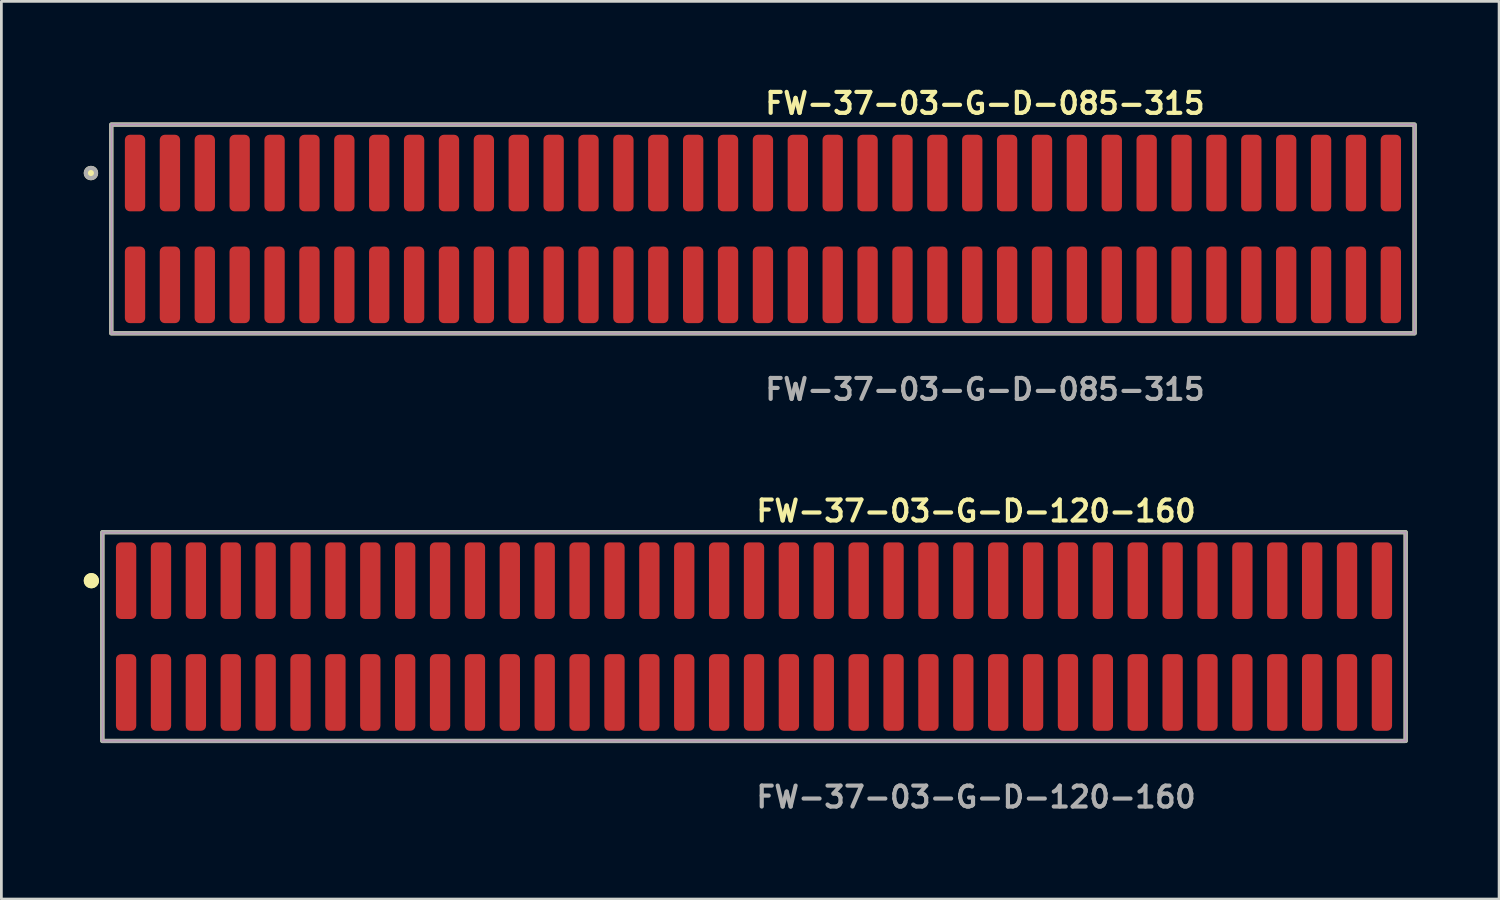
<source format=kicad_pcb>
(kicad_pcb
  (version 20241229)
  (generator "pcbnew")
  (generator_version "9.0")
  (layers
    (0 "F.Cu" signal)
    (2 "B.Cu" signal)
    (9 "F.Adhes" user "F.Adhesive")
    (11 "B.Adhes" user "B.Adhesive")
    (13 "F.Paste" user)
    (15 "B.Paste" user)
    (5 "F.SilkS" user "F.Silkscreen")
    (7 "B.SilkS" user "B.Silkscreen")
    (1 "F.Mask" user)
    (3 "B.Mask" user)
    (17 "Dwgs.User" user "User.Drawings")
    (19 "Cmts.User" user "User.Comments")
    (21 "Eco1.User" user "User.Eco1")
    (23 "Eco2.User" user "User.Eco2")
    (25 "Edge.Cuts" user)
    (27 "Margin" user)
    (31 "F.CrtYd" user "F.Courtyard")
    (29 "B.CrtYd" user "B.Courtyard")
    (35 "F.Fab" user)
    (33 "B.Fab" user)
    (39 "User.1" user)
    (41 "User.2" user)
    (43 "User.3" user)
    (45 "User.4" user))
  (footprint "FW-37-03-G-D-120-160"
    (layer "F.Cu")
    (at 24.401 20.126)
    (property "Reference" "FW-37-03-G-D-120-160" (at 0 -4.572 0) (unlocked yes) (layer "F.SilkS") (effects (font (size 0.762 0.762) (thickness 0.152)) (justify left)))
    (fp_rect (start -23.725 3.8) (end 23.725 -3.8) (stroke (width 0.152) (type solid)) (fill no) (layer "F.SilkS"))
    (fp_circle (center -24.125 -2.035) (end -24.325 -2.035) (stroke (width 0.152) (type solid)) (fill yes) (layer "F.SilkS"))
    (fp_circle (center -24.125 -2.035) (end -24.325 -2.035) (stroke (width 0.152) (type solid)) (fill yes) (layer "F.SilkS"))
    (fp_rect (start -23.725 3.8) (end 23.725 -3.8) (stroke (width 0.006) (type solid)) (fill no) (layer "F.CrtYd"))
    (fp_rect (start -23.725 3.8) (end 23.725 -3.8) (stroke (width 0.152) (type solid)) (fill no) (layer "F.Fab"))
    (fp_text user "${REFERENCE}" (at 0 5.842 0) (unlocked yes) (layer "F.Fab") (effects (font (size 0.762 0.762) (thickness 0.152)) (justify left)))
    (pad "1" smd roundrect (at -22.86 -2.035) (size 0.74 2.79) (layers "F.Cu" "F.Paste") (roundrect_rratio 0.25))
    (pad "2" smd roundrect (at -22.86 2.035) (size 0.74 2.79) (layers "F.Cu" "F.Paste") (roundrect_rratio 0.25))
    (pad "3" smd roundrect (at -21.59 -2.035) (size 0.74 2.79) (layers "F.Cu" "F.Paste") (roundrect_rratio 0.25))
    (pad "4" smd roundrect (at -21.59 2.035) (size 0.74 2.79) (layers "F.Cu" "F.Paste") (roundrect_rratio 0.25))
    (pad "5" smd roundrect (at -20.32 -2.035) (size 0.74 2.79) (layers "F.Cu" "F.Paste") (roundrect_rratio 0.25))
    (pad "6" smd roundrect (at -20.32 2.035) (size 0.74 2.79) (layers "F.Cu" "F.Paste") (roundrect_rratio 0.25))
    (pad "7" smd roundrect (at -19.05 -2.035) (size 0.74 2.79) (layers "F.Cu" "F.Paste") (roundrect_rratio 0.25))
    (pad "8" smd roundrect (at -19.05 2.035) (size 0.74 2.79) (layers "F.Cu" "F.Paste") (roundrect_rratio 0.25))
    (pad "9" smd roundrect (at -17.78 -2.035) (size 0.74 2.79) (layers "F.Cu" "F.Paste") (roundrect_rratio 0.25))
    (pad "10" smd roundrect (at -17.78 2.035) (size 0.74 2.79) (layers "F.Cu" "F.Paste") (roundrect_rratio 0.25))
    (pad "11" smd roundrect (at -16.51 -2.035) (size 0.74 2.79) (layers "F.Cu" "F.Paste") (roundrect_rratio 0.25))
    (pad "12" smd roundrect (at -16.51 2.035) (size 0.74 2.79) (layers "F.Cu" "F.Paste") (roundrect_rratio 0.25))
    (pad "13" smd roundrect (at -15.24 -2.035) (size 0.74 2.79) (layers "F.Cu" "F.Paste") (roundrect_rratio 0.25))
    (pad "14" smd roundrect (at -15.24 2.035) (size 0.74 2.79) (layers "F.Cu" "F.Paste") (roundrect_rratio 0.25))
    (pad "15" smd roundrect (at -13.97 -2.035) (size 0.74 2.79) (layers "F.Cu" "F.Paste") (roundrect_rratio 0.25))
    (pad "16" smd roundrect (at -13.97 2.035) (size 0.74 2.79) (layers "F.Cu" "F.Paste") (roundrect_rratio 0.25))
    (pad "17" smd roundrect (at -12.7 -2.035) (size 0.74 2.79) (layers "F.Cu" "F.Paste") (roundrect_rratio 0.25))
    (pad "18" smd roundrect (at -12.7 2.035) (size 0.74 2.79) (layers "F.Cu" "F.Paste") (roundrect_rratio 0.25))
    (pad "19" smd roundrect (at -11.43 -2.035) (size 0.74 2.79) (layers "F.Cu" "F.Paste") (roundrect_rratio 0.25))
    (pad "20" smd roundrect (at -11.43 2.035) (size 0.74 2.79) (layers "F.Cu" "F.Paste") (roundrect_rratio 0.25))
    (pad "21" smd roundrect (at -10.16 -2.035) (size 0.74 2.79) (layers "F.Cu" "F.Paste") (roundrect_rratio 0.25))
    (pad "22" smd roundrect (at -10.16 2.035) (size 0.74 2.79) (layers "F.Cu" "F.Paste") (roundrect_rratio 0.25))
    (pad "23" smd roundrect (at -8.89 -2.035) (size 0.74 2.79) (layers "F.Cu" "F.Paste") (roundrect_rratio 0.25))
    (pad "24" smd roundrect (at -8.89 2.035) (size 0.74 2.79) (layers "F.Cu" "F.Paste") (roundrect_rratio 0.25))
    (pad "25" smd roundrect (at -7.62 -2.035) (size 0.74 2.79) (layers "F.Cu" "F.Paste") (roundrect_rratio 0.25))
    (pad "26" smd roundrect (at -7.62 2.035) (size 0.74 2.79) (layers "F.Cu" "F.Paste") (roundrect_rratio 0.25))
    (pad "27" smd roundrect (at -6.35 -2.035) (size 0.74 2.79) (layers "F.Cu" "F.Paste") (roundrect_rratio 0.25))
    (pad "28" smd roundrect (at -6.35 2.035) (size 0.74 2.79) (layers "F.Cu" "F.Paste") (roundrect_rratio 0.25))
    (pad "29" smd roundrect (at -5.08 -2.035) (size 0.74 2.79) (layers "F.Cu" "F.Paste") (roundrect_rratio 0.25))
    (pad "30" smd roundrect (at -5.08 2.035) (size 0.74 2.79) (layers "F.Cu" "F.Paste") (roundrect_rratio 0.25))
    (pad "31" smd roundrect (at -3.81 -2.035) (size 0.74 2.79) (layers "F.Cu" "F.Paste") (roundrect_rratio 0.25))
    (pad "32" smd roundrect (at -3.81 2.035) (size 0.74 2.79) (layers "F.Cu" "F.Paste") (roundrect_rratio 0.25))
    (pad "33" smd roundrect (at -2.54 -2.035) (size 0.74 2.79) (layers "F.Cu" "F.Paste") (roundrect_rratio 0.25))
    (pad "34" smd roundrect (at -2.54 2.035) (size 0.74 2.79) (layers "F.Cu" "F.Paste") (roundrect_rratio 0.25))
    (pad "35" smd roundrect (at -1.27 -2.035) (size 0.74 2.79) (layers "F.Cu" "F.Paste") (roundrect_rratio 0.25))
    (pad "36" smd roundrect (at -1.27 2.035) (size 0.74 2.79) (layers "F.Cu" "F.Paste") (roundrect_rratio 0.25))
    (pad "37" smd roundrect (at 0 -2.035) (size 0.74 2.79) (layers "F.Cu" "F.Paste") (roundrect_rratio 0.25))
    (pad "38" smd roundrect (at 0 2.035) (size 0.74 2.79) (layers "F.Cu" "F.Paste") (roundrect_rratio 0.25))
    (pad "39" smd roundrect (at 1.27 -2.035) (size 0.74 2.79) (layers "F.Cu" "F.Paste") (roundrect_rratio 0.25))
    (pad "40" smd roundrect (at 1.27 2.035) (size 0.74 2.79) (layers "F.Cu" "F.Paste") (roundrect_rratio 0.25))
    (pad "41" smd roundrect (at 2.54 -2.035) (size 0.74 2.79) (layers "F.Cu" "F.Paste") (roundrect_rratio 0.25))
    (pad "42" smd roundrect (at 2.54 2.035) (size 0.74 2.79) (layers "F.Cu" "F.Paste") (roundrect_rratio 0.25))
    (pad "43" smd roundrect (at 3.81 -2.035) (size 0.74 2.79) (layers "F.Cu" "F.Paste") (roundrect_rratio 0.25))
    (pad "44" smd roundrect (at 3.81 2.035) (size 0.74 2.79) (layers "F.Cu" "F.Paste") (roundrect_rratio 0.25))
    (pad "45" smd roundrect (at 5.08 -2.035) (size 0.74 2.79) (layers "F.Cu" "F.Paste") (roundrect_rratio 0.25))
    (pad "46" smd roundrect (at 5.08 2.035) (size 0.74 2.79) (layers "F.Cu" "F.Paste") (roundrect_rratio 0.25))
    (pad "47" smd roundrect (at 6.35 -2.035) (size 0.74 2.79) (layers "F.Cu" "F.Paste") (roundrect_rratio 0.25))
    (pad "48" smd roundrect (at 6.35 2.035) (size 0.74 2.79) (layers "F.Cu" "F.Paste") (roundrect_rratio 0.25))
    (pad "49" smd roundrect (at 7.62 -2.035) (size 0.74 2.79) (layers "F.Cu" "F.Paste") (roundrect_rratio 0.25))
    (pad "50" smd roundrect (at 7.62 2.035) (size 0.74 2.79) (layers "F.Cu" "F.Paste") (roundrect_rratio 0.25))
    (pad "51" smd roundrect (at 8.89 -2.035) (size 0.74 2.79) (layers "F.Cu" "F.Paste") (roundrect_rratio 0.25))
    (pad "52" smd roundrect (at 8.89 2.035) (size 0.74 2.79) (layers "F.Cu" "F.Paste") (roundrect_rratio 0.25))
    (pad "53" smd roundrect (at 10.16 -2.035) (size 0.74 2.79) (layers "F.Cu" "F.Paste") (roundrect_rratio 0.25))
    (pad "54" smd roundrect (at 10.16 2.035) (size 0.74 2.79) (layers "F.Cu" "F.Paste") (roundrect_rratio 0.25))
    (pad "55" smd roundrect (at 11.43 -2.035) (size 0.74 2.79) (layers "F.Cu" "F.Paste") (roundrect_rratio 0.25))
    (pad "56" smd roundrect (at 11.43 2.035) (size 0.74 2.79) (layers "F.Cu" "F.Paste") (roundrect_rratio 0.25))
    (pad "57" smd roundrect (at 12.7 -2.035) (size 0.74 2.79) (layers "F.Cu" "F.Paste") (roundrect_rratio 0.25))
    (pad "58" smd roundrect (at 12.7 2.035) (size 0.74 2.79) (layers "F.Cu" "F.Paste") (roundrect_rratio 0.25))
    (pad "59" smd roundrect (at 13.97 -2.035) (size 0.74 2.79) (layers "F.Cu" "F.Paste") (roundrect_rratio 0.25))
    (pad "60" smd roundrect (at 13.97 2.035) (size 0.74 2.79) (layers "F.Cu" "F.Paste") (roundrect_rratio 0.25))
    (pad "61" smd roundrect (at 15.24 -2.035) (size 0.74 2.79) (layers "F.Cu" "F.Paste") (roundrect_rratio 0.25))
    (pad "62" smd roundrect (at 15.24 2.035) (size 0.74 2.79) (layers "F.Cu" "F.Paste") (roundrect_rratio 0.25))
    (pad "63" smd roundrect (at 16.51 -2.035) (size 0.74 2.79) (layers "F.Cu" "F.Paste") (roundrect_rratio 0.25))
    (pad "64" smd roundrect (at 16.51 2.035) (size 0.74 2.79) (layers "F.Cu" "F.Paste") (roundrect_rratio 0.25))
    (pad "65" smd roundrect (at 17.78 -2.035) (size 0.74 2.79) (layers "F.Cu" "F.Paste") (roundrect_rratio 0.25))
    (pad "66" smd roundrect (at 17.78 2.035) (size 0.74 2.79) (layers "F.Cu" "F.Paste") (roundrect_rratio 0.25))
    (pad "67" smd roundrect (at 19.05 -2.035) (size 0.74 2.79) (layers "F.Cu" "F.Paste") (roundrect_rratio 0.25))
    (pad "68" smd roundrect (at 19.05 2.035) (size 0.74 2.79) (layers "F.Cu" "F.Paste") (roundrect_rratio 0.25))
    (pad "69" smd roundrect (at 20.32 -2.035) (size 0.74 2.79) (layers "F.Cu" "F.Paste") (roundrect_rratio 0.25))
    (pad "70" smd roundrect (at 20.32 2.035) (size 0.74 2.79) (layers "F.Cu" "F.Paste") (roundrect_rratio 0.25))
    (pad "71" smd roundrect (at 21.59 -2.035) (size 0.74 2.79) (layers "F.Cu" "F.Paste") (roundrect_rratio 0.25))
    (pad "72" smd roundrect (at 21.59 2.035) (size 0.74 2.79) (layers "F.Cu" "F.Paste") (roundrect_rratio 0.25))
    (pad "73" smd roundrect (at 22.86 -2.035) (size 0.74 2.79) (layers "F.Cu" "F.Paste") (roundrect_rratio 0.25))
    (pad "74" smd roundrect (at 22.86 2.035) (size 0.74 2.79) (layers "F.Cu" "F.Paste") (roundrect_rratio 0.25)))
  (footprint "FW-37-03-G-D-085-315"
    (layer "F.Cu")
    (at 24.726 5.285)
    (property "Reference" "FW-37-03-G-D-085-315" (at 0 -4.572 0) (unlocked yes) (layer "F.SilkS") (effects (font (size 0.762 0.762) (thickness 0.152)) (justify left)))
    (fp_rect (start -23.725 3.8) (end 23.725 -3.8) (stroke (width 0.152) (type solid)) (fill no) (layer "F.SilkS"))
    (fp_circle (center -24.465 -2.035) (end -24.65 -2.035) (stroke (width 0.152) (type solid)) (fill yes) (layer "F.SilkS"))
    (fp_rect (start -23.725 3.8) (end 23.725 -3.8) (stroke (width 0.006) (type solid)) (fill no) (layer "F.CrtYd"))
    (fp_rect (start -23.725 3.8) (end 23.725 -3.8) (stroke (width 0.152) (type solid)) (fill no) (layer "F.Fab"))
    (fp_circle (center -24.465 -2.035) (end -24.65 -2.035) (stroke (width 0.152) (type solid)) (fill no) (layer "F.Fab"))
    (fp_text user "${REFERENCE}" (at 0 5.842 0) (unlocked yes) (layer "F.Fab") (effects (font (size 0.762 0.762) (thickness 0.152)) (justify left)))
    (pad "1" smd roundrect (at -22.86 -2.035) (size 0.74 2.79) (layers "F.Cu" "F.Paste") (roundrect_rratio 0.25))
    (pad "2" smd roundrect (at -22.86 2.035) (size 0.74 2.79) (layers "F.Cu" "F.Paste") (roundrect_rratio 0.25))
    (pad "3" smd roundrect (at -21.59 -2.035) (size 0.74 2.79) (layers "F.Cu" "F.Paste") (roundrect_rratio 0.25))
    (pad "4" smd roundrect (at -21.59 2.035) (size 0.74 2.79) (layers "F.Cu" "F.Paste") (roundrect_rratio 0.25))
    (pad "5" smd roundrect (at -20.32 -2.035) (size 0.74 2.79) (layers "F.Cu" "F.Paste") (roundrect_rratio 0.25))
    (pad "6" smd roundrect (at -20.32 2.035) (size 0.74 2.79) (layers "F.Cu" "F.Paste") (roundrect_rratio 0.25))
    (pad "7" smd roundrect (at -19.05 -2.035) (size 0.74 2.79) (layers "F.Cu" "F.Paste") (roundrect_rratio 0.25))
    (pad "8" smd roundrect (at -19.05 2.035) (size 0.74 2.79) (layers "F.Cu" "F.Paste") (roundrect_rratio 0.25))
    (pad "9" smd roundrect (at -17.78 -2.035) (size 0.74 2.79) (layers "F.Cu" "F.Paste") (roundrect_rratio 0.25))
    (pad "10" smd roundrect (at -17.78 2.035) (size 0.74 2.79) (layers "F.Cu" "F.Paste") (roundrect_rratio 0.25))
    (pad "11" smd roundrect (at -16.51 -2.035) (size 0.74 2.79) (layers "F.Cu" "F.Paste") (roundrect_rratio 0.25))
    (pad "12" smd roundrect (at -16.51 2.035) (size 0.74 2.79) (layers "F.Cu" "F.Paste") (roundrect_rratio 0.25))
    (pad "13" smd roundrect (at -15.24 -2.035) (size 0.74 2.79) (layers "F.Cu" "F.Paste") (roundrect_rratio 0.25))
    (pad "14" smd roundrect (at -15.24 2.035) (size 0.74 2.79) (layers "F.Cu" "F.Paste") (roundrect_rratio 0.25))
    (pad "15" smd roundrect (at -13.97 -2.035) (size 0.74 2.79) (layers "F.Cu" "F.Paste") (roundrect_rratio 0.25))
    (pad "16" smd roundrect (at -13.97 2.035) (size 0.74 2.79) (layers "F.Cu" "F.Paste") (roundrect_rratio 0.25))
    (pad "17" smd roundrect (at -12.7 -2.035) (size 0.74 2.79) (layers "F.Cu" "F.Paste") (roundrect_rratio 0.25))
    (pad "18" smd roundrect (at -12.7 2.035) (size 0.74 2.79) (layers "F.Cu" "F.Paste") (roundrect_rratio 0.25))
    (pad "19" smd roundrect (at -11.43 -2.035) (size 0.74 2.79) (layers "F.Cu" "F.Paste") (roundrect_rratio 0.25))
    (pad "20" smd roundrect (at -11.43 2.035) (size 0.74 2.79) (layers "F.Cu" "F.Paste") (roundrect_rratio 0.25))
    (pad "21" smd roundrect (at -10.16 -2.035) (size 0.74 2.79) (layers "F.Cu" "F.Paste") (roundrect_rratio 0.25))
    (pad "22" smd roundrect (at -10.16 2.035) (size 0.74 2.79) (layers "F.Cu" "F.Paste") (roundrect_rratio 0.25))
    (pad "23" smd roundrect (at -8.89 -2.035) (size 0.74 2.79) (layers "F.Cu" "F.Paste") (roundrect_rratio 0.25))
    (pad "24" smd roundrect (at -8.89 2.035) (size 0.74 2.79) (layers "F.Cu" "F.Paste") (roundrect_rratio 0.25))
    (pad "25" smd roundrect (at -7.62 -2.035) (size 0.74 2.79) (layers "F.Cu" "F.Paste") (roundrect_rratio 0.25))
    (pad "26" smd roundrect (at -7.62 2.035) (size 0.74 2.79) (layers "F.Cu" "F.Paste") (roundrect_rratio 0.25))
    (pad "27" smd roundrect (at -6.35 -2.035) (size 0.74 2.79) (layers "F.Cu" "F.Paste") (roundrect_rratio 0.25))
    (pad "28" smd roundrect (at -6.35 2.035) (size 0.74 2.79) (layers "F.Cu" "F.Paste") (roundrect_rratio 0.25))
    (pad "29" smd roundrect (at -5.08 -2.035) (size 0.74 2.79) (layers "F.Cu" "F.Paste") (roundrect_rratio 0.25))
    (pad "30" smd roundrect (at -5.08 2.035) (size 0.74 2.79) (layers "F.Cu" "F.Paste") (roundrect_rratio 0.25))
    (pad "31" smd roundrect (at -3.81 -2.035) (size 0.74 2.79) (layers "F.Cu" "F.Paste") (roundrect_rratio 0.25))
    (pad "32" smd roundrect (at -3.81 2.035) (size 0.74 2.79) (layers "F.Cu" "F.Paste") (roundrect_rratio 0.25))
    (pad "33" smd roundrect (at -2.54 -2.035) (size 0.74 2.79) (layers "F.Cu" "F.Paste") (roundrect_rratio 0.25))
    (pad "34" smd roundrect (at -2.54 2.035) (size 0.74 2.79) (layers "F.Cu" "F.Paste") (roundrect_rratio 0.25))
    (pad "35" smd roundrect (at -1.27 -2.035) (size 0.74 2.79) (layers "F.Cu" "F.Paste") (roundrect_rratio 0.25))
    (pad "36" smd roundrect (at -1.27 2.035) (size 0.74 2.79) (layers "F.Cu" "F.Paste") (roundrect_rratio 0.25))
    (pad "37" smd roundrect (at 0 -2.035) (size 0.74 2.79) (layers "F.Cu" "F.Paste") (roundrect_rratio 0.25))
    (pad "38" smd roundrect (at 0 2.035) (size 0.74 2.79) (layers "F.Cu" "F.Paste") (roundrect_rratio 0.25))
    (pad "39" smd roundrect (at 1.27 -2.035) (size 0.74 2.79) (layers "F.Cu" "F.Paste") (roundrect_rratio 0.25))
    (pad "40" smd roundrect (at 1.27 2.035) (size 0.74 2.79) (layers "F.Cu" "F.Paste") (roundrect_rratio 0.25))
    (pad "41" smd roundrect (at 2.54 -2.035) (size 0.74 2.79) (layers "F.Cu" "F.Paste") (roundrect_rratio 0.25))
    (pad "42" smd roundrect (at 2.54 2.035) (size 0.74 2.79) (layers "F.Cu" "F.Paste") (roundrect_rratio 0.25))
    (pad "43" smd roundrect (at 3.81 -2.035) (size 0.74 2.79) (layers "F.Cu" "F.Paste") (roundrect_rratio 0.25))
    (pad "44" smd roundrect (at 3.81 2.035) (size 0.74 2.79) (layers "F.Cu" "F.Paste") (roundrect_rratio 0.25))
    (pad "45" smd roundrect (at 5.08 -2.035) (size 0.74 2.79) (layers "F.Cu" "F.Paste") (roundrect_rratio 0.25))
    (pad "46" smd roundrect (at 5.08 2.035) (size 0.74 2.79) (layers "F.Cu" "F.Paste") (roundrect_rratio 0.25))
    (pad "47" smd roundrect (at 6.35 -2.035) (size 0.74 2.79) (layers "F.Cu" "F.Paste") (roundrect_rratio 0.25))
    (pad "48" smd roundrect (at 6.35 2.035) (size 0.74 2.79) (layers "F.Cu" "F.Paste") (roundrect_rratio 0.25))
    (pad "49" smd roundrect (at 7.62 -2.035) (size 0.74 2.79) (layers "F.Cu" "F.Paste") (roundrect_rratio 0.25))
    (pad "50" smd roundrect (at 7.62 2.035) (size 0.74 2.79) (layers "F.Cu" "F.Paste") (roundrect_rratio 0.25))
    (pad "51" smd roundrect (at 8.89 -2.035) (size 0.74 2.79) (layers "F.Cu" "F.Paste") (roundrect_rratio 0.25))
    (pad "52" smd roundrect (at 8.89 2.035) (size 0.74 2.79) (layers "F.Cu" "F.Paste") (roundrect_rratio 0.25))
    (pad "53" smd roundrect (at 10.16 -2.035) (size 0.74 2.79) (layers "F.Cu" "F.Paste") (roundrect_rratio 0.25))
    (pad "54" smd roundrect (at 10.16 2.035) (size 0.74 2.79) (layers "F.Cu" "F.Paste") (roundrect_rratio 0.25))
    (pad "55" smd roundrect (at 11.43 -2.035) (size 0.74 2.79) (layers "F.Cu" "F.Paste") (roundrect_rratio 0.25))
    (pad "56" smd roundrect (at 11.43 2.035) (size 0.74 2.79) (layers "F.Cu" "F.Paste") (roundrect_rratio 0.25))
    (pad "57" smd roundrect (at 12.7 -2.035) (size 0.74 2.79) (layers "F.Cu" "F.Paste") (roundrect_rratio 0.25))
    (pad "58" smd roundrect (at 12.7 2.035) (size 0.74 2.79) (layers "F.Cu" "F.Paste") (roundrect_rratio 0.25))
    (pad "59" smd roundrect (at 13.97 -2.035) (size 0.74 2.79) (layers "F.Cu" "F.Paste") (roundrect_rratio 0.25))
    (pad "60" smd roundrect (at 13.97 2.035) (size 0.74 2.79) (layers "F.Cu" "F.Paste") (roundrect_rratio 0.25))
    (pad "61" smd roundrect (at 15.24 -2.035) (size 0.74 2.79) (layers "F.Cu" "F.Paste") (roundrect_rratio 0.25))
    (pad "62" smd roundrect (at 15.24 2.035) (size 0.74 2.79) (layers "F.Cu" "F.Paste") (roundrect_rratio 0.25))
    (pad "63" smd roundrect (at 16.51 -2.035) (size 0.74 2.79) (layers "F.Cu" "F.Paste") (roundrect_rratio 0.25))
    (pad "64" smd roundrect (at 16.51 2.035) (size 0.74 2.79) (layers "F.Cu" "F.Paste") (roundrect_rratio 0.25))
    (pad "65" smd roundrect (at 17.78 -2.035) (size 0.74 2.79) (layers "F.Cu" "F.Paste") (roundrect_rratio 0.25))
    (pad "66" smd roundrect (at 17.78 2.035) (size 0.74 2.79) (layers "F.Cu" "F.Paste") (roundrect_rratio 0.25))
    (pad "67" smd roundrect (at 19.05 -2.035) (size 0.74 2.79) (layers "F.Cu" "F.Paste") (roundrect_rratio 0.25))
    (pad "68" smd roundrect (at 19.05 2.035) (size 0.74 2.79) (layers "F.Cu" "F.Paste") (roundrect_rratio 0.25))
    (pad "69" smd roundrect (at 20.32 -2.035) (size 0.74 2.79) (layers "F.Cu" "F.Paste") (roundrect_rratio 0.25))
    (pad "70" smd roundrect (at 20.32 2.035) (size 0.74 2.79) (layers "F.Cu" "F.Paste") (roundrect_rratio 0.25))
    (pad "71" smd roundrect (at 21.59 -2.035) (size 0.74 2.79) (layers "F.Cu" "F.Paste") (roundrect_rratio 0.25))
    (pad "72" smd roundrect (at 21.59 2.035) (size 0.74 2.79) (layers "F.Cu" "F.Paste") (roundrect_rratio 0.25))
    (pad "73" smd roundrect (at 22.86 -2.035) (size 0.74 2.79) (layers "F.Cu" "F.Paste") (roundrect_rratio 0.25))
    (pad "74" smd roundrect (at 22.86 2.035) (size 0.74 2.79) (layers "F.Cu" "F.Paste") (roundrect_rratio 0.25)))
  (gr_rect
    (start -3 -3)
    (end 51.527 29.681)
    (stroke (width 0.1) (type default))
    (fill no)
    (layer "Edge.Cuts")))
</source>
